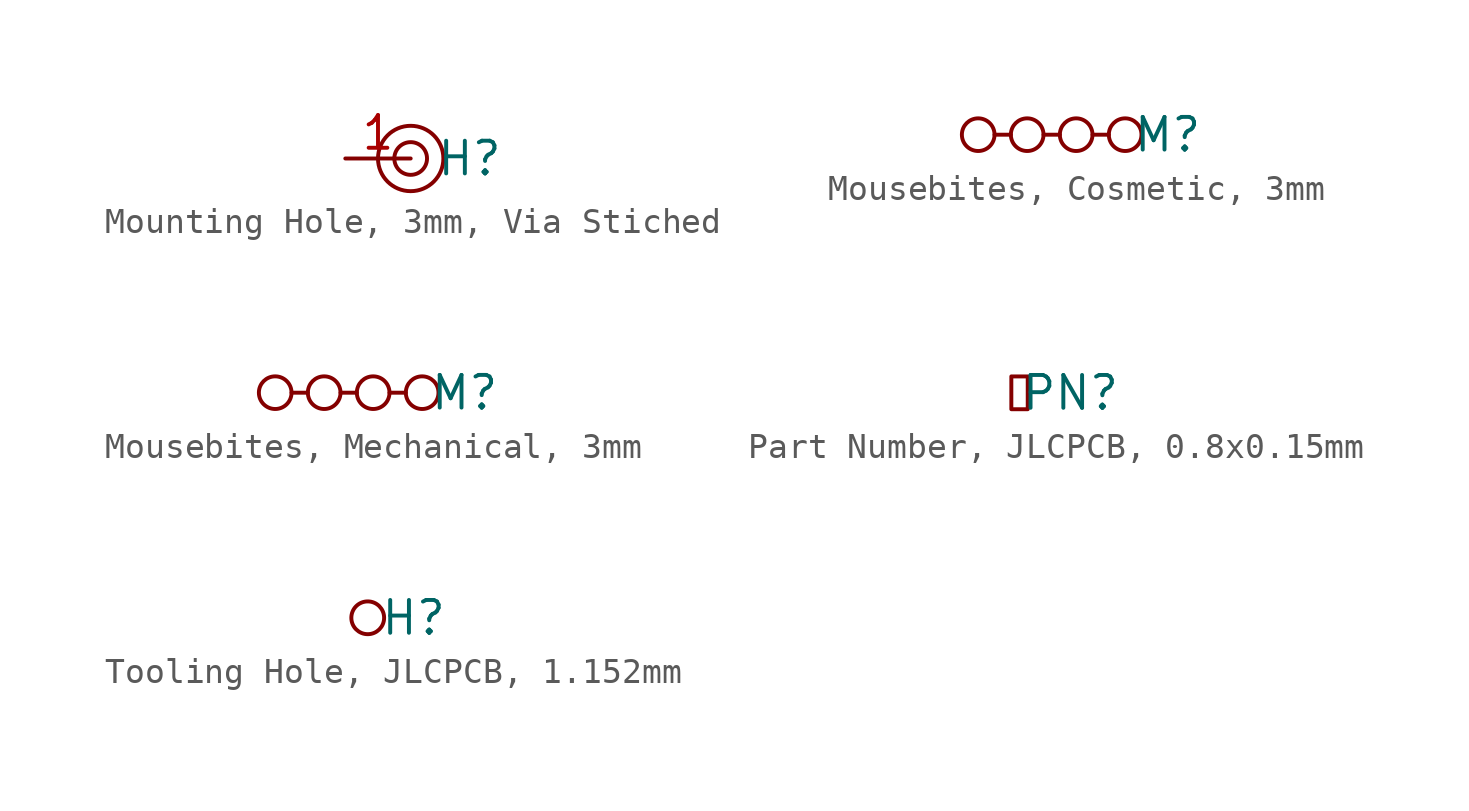
<source format=kicad_sym>
(kicad_symbol_lib
  (version 20231120)
  (generator "kicad_symbol_editor")
  (generator_version "8.0")
  (symbol "Mounting Hole, 3mm, Via Stiched"
    (property "Reference" "H"
      (at 2.286 0 0)
      (effects (font (size 1.27 1.27))))
    (property "Value" ""
      (at 0 0 0)
      (effects (font (size 1.27 1.27))))
    (symbol "Mounting Hole, 3mm, Via Stiched_0_1"
      (circle (center 0 0) (radius 0.635) (stroke (width 0) (type default)) (fill (type none)))
      (circle (center 0 0) (radius 1.27) (stroke (width 0) (type default)) (fill (type none))))
    (symbol "Mounting Hole, 3mm, Via Stiched_1_1"
      (pin passive line (at -2.54 0 0) (length 2.54) (name "" (effects (font (size 1.27 1.27)))) (number "1" (effects (font (size 1.27 1.27)))))))
  (symbol "Mousebites, Cosmetic, 3mm"
    (property "Reference" "M"
      (at 7.366 0 0)
      (effects (font (size 1.27 1.27))))
    (property "Value" ""
      (at 0 0 0)
      (effects (font (size 1.27 1.27))))
    (symbol "Mousebites, Cosmetic, 3mm_0_1"
      (polyline (pts (xy 0.635 0) (xy 1.27 0)) (stroke (width 0) (type default)) (fill (type none)))
      (polyline (pts (xy 3.175 0) (xy 2.54 0)) (stroke (width 0) (type default)) (fill (type none)))
      (polyline (pts (xy 4.445 0) (xy 5.08 0)) (stroke (width 0) (type default)) (fill (type none)))
      (circle (center 0 0) (radius 0.635) (stroke (width 0) (type default)) (fill (type none)))
      (circle (center 1.905 0) (radius 0.635) (stroke (width 0) (type default)) (fill (type none)))
      (circle (center 3.81 0) (radius 0.635) (stroke (width 0) (type default)) (fill (type none)))
      (circle (center 5.715 0) (radius 0.635) (stroke (width 0) (type default)) (fill (type none)))))
  (symbol "Mousebites, Mechanical, 3mm"
    (property "Reference" "M"
      (at 7.366 0 0)
      (effects (font (size 1.27 1.27))))
    (property "Value" ""
      (at 0 0 0)
      (effects (font (size 1.27 1.27))))
    (symbol "Mousebites, Mechanical, 3mm_0_1"
      (polyline (pts (xy 0.635 0) (xy 1.27 0)) (stroke (width 0) (type default)) (fill (type none)))
      (polyline (pts (xy 3.175 0) (xy 2.54 0)) (stroke (width 0) (type default)) (fill (type none)))
      (polyline (pts (xy 4.445 0) (xy 5.08 0)) (stroke (width 0) (type default)) (fill (type none)))
      (circle (center 0 0) (radius 0.635) (stroke (width 0) (type default)) (fill (type none)))
      (circle (center 1.905 0) (radius 0.635) (stroke (width 0) (type default)) (fill (type none)))
      (circle (center 3.81 0) (radius 0.635) (stroke (width 0) (type default)) (fill (type none)))
      (circle (center 5.715 0) (radius 0.635) (stroke (width 0) (type default)) (fill (type none)))))
  (symbol "Part Number, JLCPCB, 0.8x0.15mm"
    (property "Reference" "PN"
      (at 2.286 0 0)
      (effects (font (size 1.27 1.27))))
    (property "Value" ""
      (at 0 0 0)
      (effects (font (size 1.27 1.27))))
    (symbol "Part Number, JLCPCB, 0.8x0.15mm_0_1"
      (rectangle (start 0 0.635) (end 0.635 -0.635) (stroke (width 0) (type default)) (fill (type none)))))
  (symbol "Tooling Hole, JLCPCB, 1.152mm"
    (property "Reference" "H"
      (at 1.778 0 0)
      (effects (font (size 1.27 1.27))))
    (property "Value" ""
      (at 0 0 0)
      (effects (font (size 1.27 1.27))))
    (symbol "Tooling Hole, JLCPCB, 1.152mm_0_1"
      (circle (center 0 0) (radius 0.635) (stroke (width 0) (type default)) (fill (type none))))))
</source>
